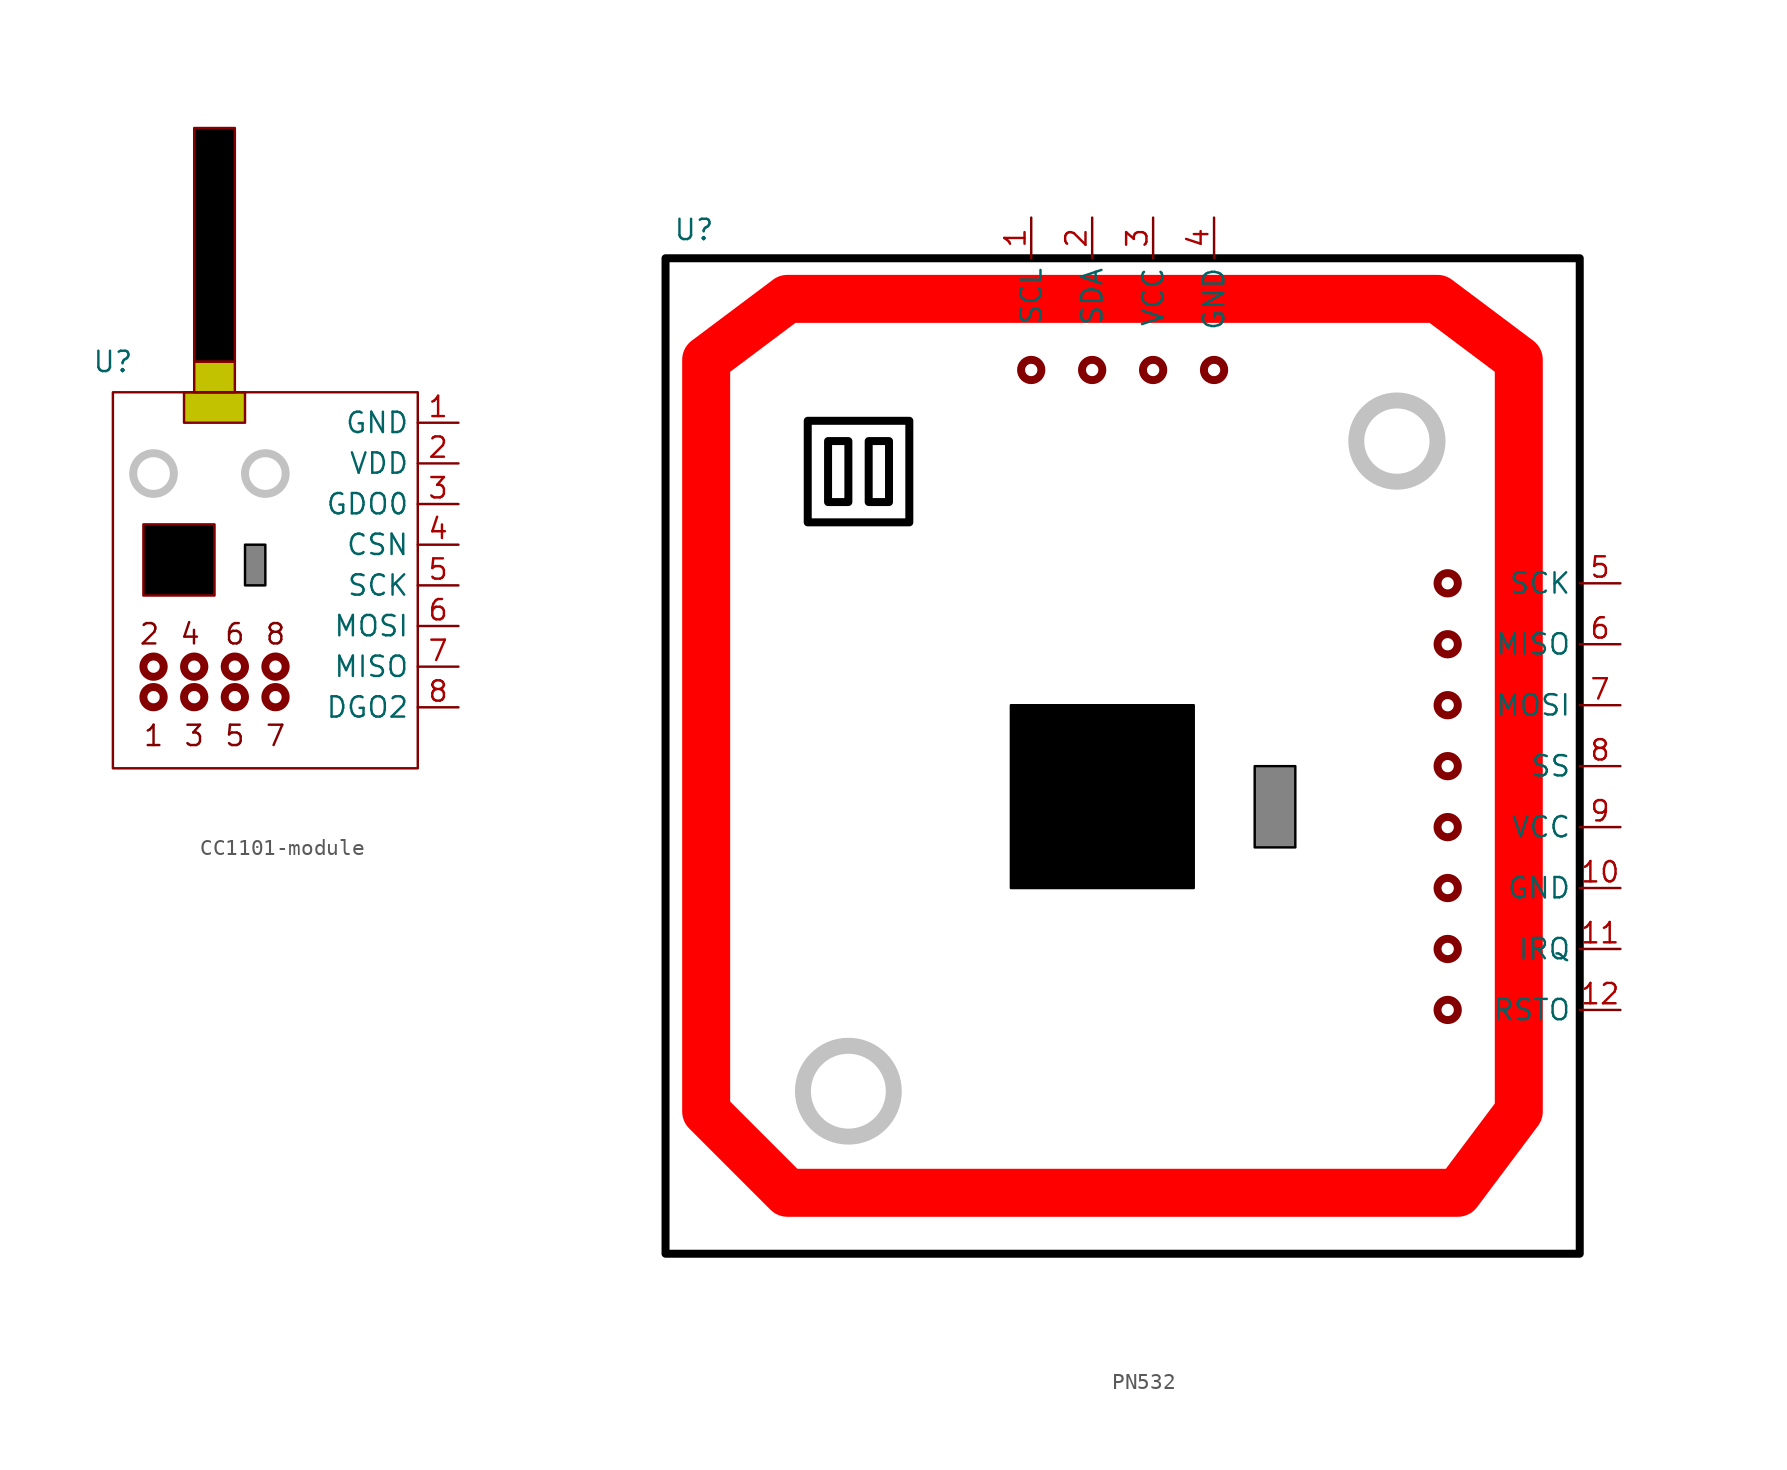
<source format=kicad_sym>
(kicad_symbol_lib
  (version 20231120)
  (generator "kicad_symbol_editor")
  (generator_version "8.0")
  (symbol "CC1101-module"
    (property "Reference" "U"
      (at 0 0 0)
      (effects (font (size 1.27 1.27))))
    (property "Value" ""
      (at 0 0 0)
      (effects (font (size 1.27 1.27))))
    (symbol "CC1101-module_0_1"
      (rectangle (start 0 -1.905) (end 19.05 -25.4) (stroke (width 0) (type default)) (fill (type none))))
    (symbol "CC1101-module_1_0"
      (rectangle (start 1.905 -10.16) (end 6.35 -14.605) (stroke (width 0) (type default)) (fill (type color) (color 0 0 0 1))))
    (symbol "CC1101-module_1_1"
      (circle (center 2.54 -20.955) (radius 0.635) (stroke (width 0.5) (type default)) (fill (type none)))
      (circle (center 2.54 -19.05) (radius 0.635) (stroke (width 0.5) (type default)) (fill (type none)))
      (circle (center 2.54 -6.985) (radius 1.27) (stroke (width 0.5) (type default) (color 194 194 194 1)) (fill (type color) (color 255 255 255 1)))
      (rectangle (start 4.445 -1.905) (end 8.255 -3.81) (stroke (width 0) (type default)) (fill (type color) (color 194 194 0 1)))
      (circle (center 5.08 -20.955) (radius 0.635) (stroke (width 0.5) (type default)) (fill (type none)))
      (circle (center 5.08 -19.05) (radius 0.635) (stroke (width 0.5) (type default)) (fill (type none)))
      (rectangle (start 5.08 0) (end 7.62 -1.905) (stroke (width 0) (type default)) (fill (type color) (color 194 194 0 1)))
      (rectangle (start 5.08 14.605) (end 7.62 0) (stroke (width 0) (type default)) (fill (type color) (color 0 0 0 1)))
      (circle (center 7.62 -20.955) (radius 0.635) (stroke (width 0.5) (type default)) (fill (type none)))
      (circle (center 7.62 -19.05) (radius 0.635) (stroke (width 0.5) (type default)) (fill (type none)))
      (rectangle (start 8.255 -11.43) (end 9.525 -13.97) (stroke (width 0) (type default) (color 0 0 0 1)) (fill (type color) (color 132 132 132 1)))
      (circle (center 9.525 -6.985) (radius 1.27) (stroke (width 0.5) (type default) (color 194 194 194 1)) (fill (type color) (color 255 255 255 1)))
      (circle (center 10.16 -20.955) (radius 0.635) (stroke (width 0.5) (type default)) (fill (type none)))
      (circle (center 10.16 -19.05) (radius 0.635) (stroke (width 0.5) (type default)) (fill (type none)))
      (text "1" (at 2.54 -23.368 0) (effects (font (size 1.27 1.27))))
      (text "2" (at 2.286 -17.018 0) (effects (font (size 1.27 1.27))))
      (text "3" (at 5.08 -23.368 0) (effects (font (size 1.27 1.27))))
      (text "4" (at 4.826 -17.018 0) (effects (font (size 1.27 1.27))))
      (text "5" (at 7.62 -23.368 0) (effects (font (size 1.27 1.27))))
      (text "6" (at 7.62 -17.018 0) (effects (font (size 1.27 1.27))))
      (text "7" (at 10.16 -23.368 0) (effects (font (size 1.27 1.27))))
      (text "8" (at 10.16 -17.018 0) (effects (font (size 1.27 1.27))))
      (pin power_in line (at 21.59 -3.81 180) (length 2.54) (name "GND" (effects (font (size 1.27 1.27)))) (number "1" (effects (font (size 1.27 1.27)))))
      (pin power_in line (at 21.59 -6.35 180) (length 2.54) (name "VDD" (effects (font (size 1.27 1.27)))) (number "2" (effects (font (size 1.27 1.27)))))
      (pin output line (at 21.59 -8.89 180) (length 2.54) (name "GDO0" (effects (font (size 1.27 1.27)))) (number "3" (effects (font (size 1.27 1.27)))))
      (pin input line (at 21.59 -11.43 180) (length 2.54) (name "CSN" (effects (font (size 1.27 1.27)))) (number "4" (effects (font (size 1.27 1.27)))))
      (pin input line (at 21.59 -13.97 180) (length 2.54) (name "SCK" (effects (font (size 1.27 1.27)))) (number "5" (effects (font (size 1.27 1.27)))))
      (pin input line (at 21.59 -16.51 180) (length 2.54) (name "MOSI" (effects (font (size 1.27 1.27)))) (number "6" (effects (font (size 1.27 1.27)))))
      (pin output line (at 21.59 -19.05 180) (length 2.54) (name "MISO" (effects (font (size 1.27 1.27)))) (number "7" (effects (font (size 1.27 1.27)))))
      (pin output line (at 21.59 -21.59 180) (length 2.54) (name "DGO2" (effects (font (size 1.27 1.27)))) (number "8" (effects (font (size 1.27 1.27)))))))
  (symbol "PN532"
    (property "Reference" "U"
      (at 0.508 0.508 0)
      (effects (font (size 1.27 1.27))))
    (property "Value" ""
      (at 24.13 3.81 0)
      (effects (font (size 1.27 1.27))))
    (symbol "PN532_1_1"
      (rectangle (start -1.27 -1.27) (end 55.88 -63.5) (stroke (width 0.5) (type default) (color 0 0 0 1)) (fill (type none)))
      (polyline (pts (xy 52.07 -54.61) (xy 52.07 -7.62) (xy 46.99 -3.81) (xy 6.35 -3.81) (xy 1.27 -7.62) (xy 1.27 -54.61) (xy 6.35 -59.69) (xy 48.26 -59.69) (xy 52.07 -54.61)) (stroke (width 3) (type default) (color 255 0 0 1)) (fill (type none)))
      (rectangle (start 7.62 -11.43) (end 13.97 -17.78) (stroke (width 0.5) (type default) (color 0 0 0 1)) (fill (type none)))
      (rectangle (start 8.89 -12.7) (end 10.16 -16.51) (stroke (width 0.5) (type default) (color 0 0 0 1)) (fill (type none)))
      (circle (center 10.16 -53.34) (radius 2.84) (stroke (width 1) (type default) (color 194 194 194 1)) (fill (type color) (color 255 255 255 1)))
      (rectangle (start 11.43 -12.7) (end 12.7 -16.51) (stroke (width 0.5) (type default) (color 0 0 0 1)) (fill (type none)))
      (rectangle (start 20.32 -29.21) (end 31.75 -40.64) (stroke (width 0) (type default) (color 0 0 0 1)) (fill (type color) (color 0 0 0 1)))
      (circle (center 21.59 -8.255) (radius 0.635) (stroke (width 0.5) (type default)) (fill (type none)))
      (circle (center 25.4 -8.255) (radius 0.635) (stroke (width 0.5) (type default)) (fill (type none)))
      (circle (center 29.21 -8.255) (radius 0.635) (stroke (width 0.5) (type default)) (fill (type none)))
      (circle (center 33.02 -8.255) (radius 0.635) (stroke (width 0.5) (type default)) (fill (type none)))
      (rectangle (start 35.56 -33.02) (end 38.1 -38.1) (stroke (width 0) (type default) (color 0 0 0 1)) (fill (type color) (color 132 132 132 1)))
      (circle (center 44.45 -12.7) (radius 2.54) (stroke (width 1) (type default) (color 194 194 194 1)) (fill (type color) (color 255 255 255 1)))
      (circle (center 47.625 -48.26) (radius 0.635) (stroke (width 0.5) (type default)) (fill (type none)))
      (circle (center 47.625 -44.45) (radius 0.635) (stroke (width 0.5) (type default)) (fill (type none)))
      (circle (center 47.625 -40.64) (radius 0.635) (stroke (width 0.5) (type default)) (fill (type none)))
      (circle (center 47.625 -36.83) (radius 0.635) (stroke (width 0.5) (type default)) (fill (type none)))
      (circle (center 47.625 -33.02) (radius 0.635) (stroke (width 0.5) (type default)) (fill (type none)))
      (circle (center 47.625 -29.21) (radius 0.635) (stroke (width 0.5) (type default)) (fill (type none)))
      (circle (center 47.625 -25.4) (radius 0.635) (stroke (width 0.5) (type default)) (fill (type none)))
      (circle (center 47.625 -21.59) (radius 0.635) (stroke (width 0.5) (type default)) (fill (type none)))
      (pin input line (at 21.59 1.27 270) (length 2.54) (name "SCL" (effects (font (size 1.27 1.27)))) (number "1" (effects (font (size 1.27 1.27)))))
      (pin power_in line (at 58.42 -40.64 180) (length 2.54) (name "GND" (effects (font (size 1.27 1.27)))) (number "10" (effects (font (size 1.27 1.27)))))
      (pin output line (at 58.42 -44.45 180) (length 2.54) (name "IRQ" (effects (font (size 1.27 1.27)))) (number "11" (effects (font (size 1.27 1.27)))))
      (pin input line (at 58.42 -48.26 180) (length 2.54) (name "RSTO" (effects (font (size 1.27 1.27)))) (number "12" (effects (font (size 1.27 1.27)))))
      (pin input line (at 25.4 1.27 270) (length 2.54) (name "SDA" (effects (font (size 1.27 1.27)))) (number "2" (effects (font (size 1.27 1.27)))))
      (pin power_in line (at 29.21 1.27 270) (length 2.54) (name "VCC" (effects (font (size 1.27 1.27)))) (number "3" (effects (font (size 1.27 1.27)))))
      (pin power_in line (at 33.02 1.27 270) (length 2.54) (name "GND" (effects (font (size 1.27 1.27)))) (number "4" (effects (font (size 1.27 1.27)))))
      (pin input line (at 58.42 -21.59 180) (length 2.54) (name "SCK" (effects (font (size 1.27 1.27)))) (number "5" (effects (font (size 1.27 1.27)))))
      (pin output line (at 58.42 -25.4 180) (length 2.54) (name "MISO" (effects (font (size 1.27 1.27)))) (number "6" (effects (font (size 1.27 1.27)))))
      (pin input line (at 58.42 -29.21 180) (length 2.54) (name "MOSI" (effects (font (size 1.27 1.27)))) (number "7" (effects (font (size 1.27 1.27)))))
      (pin input line (at 58.42 -33.02 180) (length 2.54) (name "SS" (effects (font (size 1.27 1.27)))) (number "8" (effects (font (size 1.27 1.27)))))
      (pin power_in line (at 58.42 -36.83 180) (length 2.54) (name "VCC" (effects (font (size 1.27 1.27)))) (number "9" (effects (font (size 1.27 1.27))))))))
</source>
